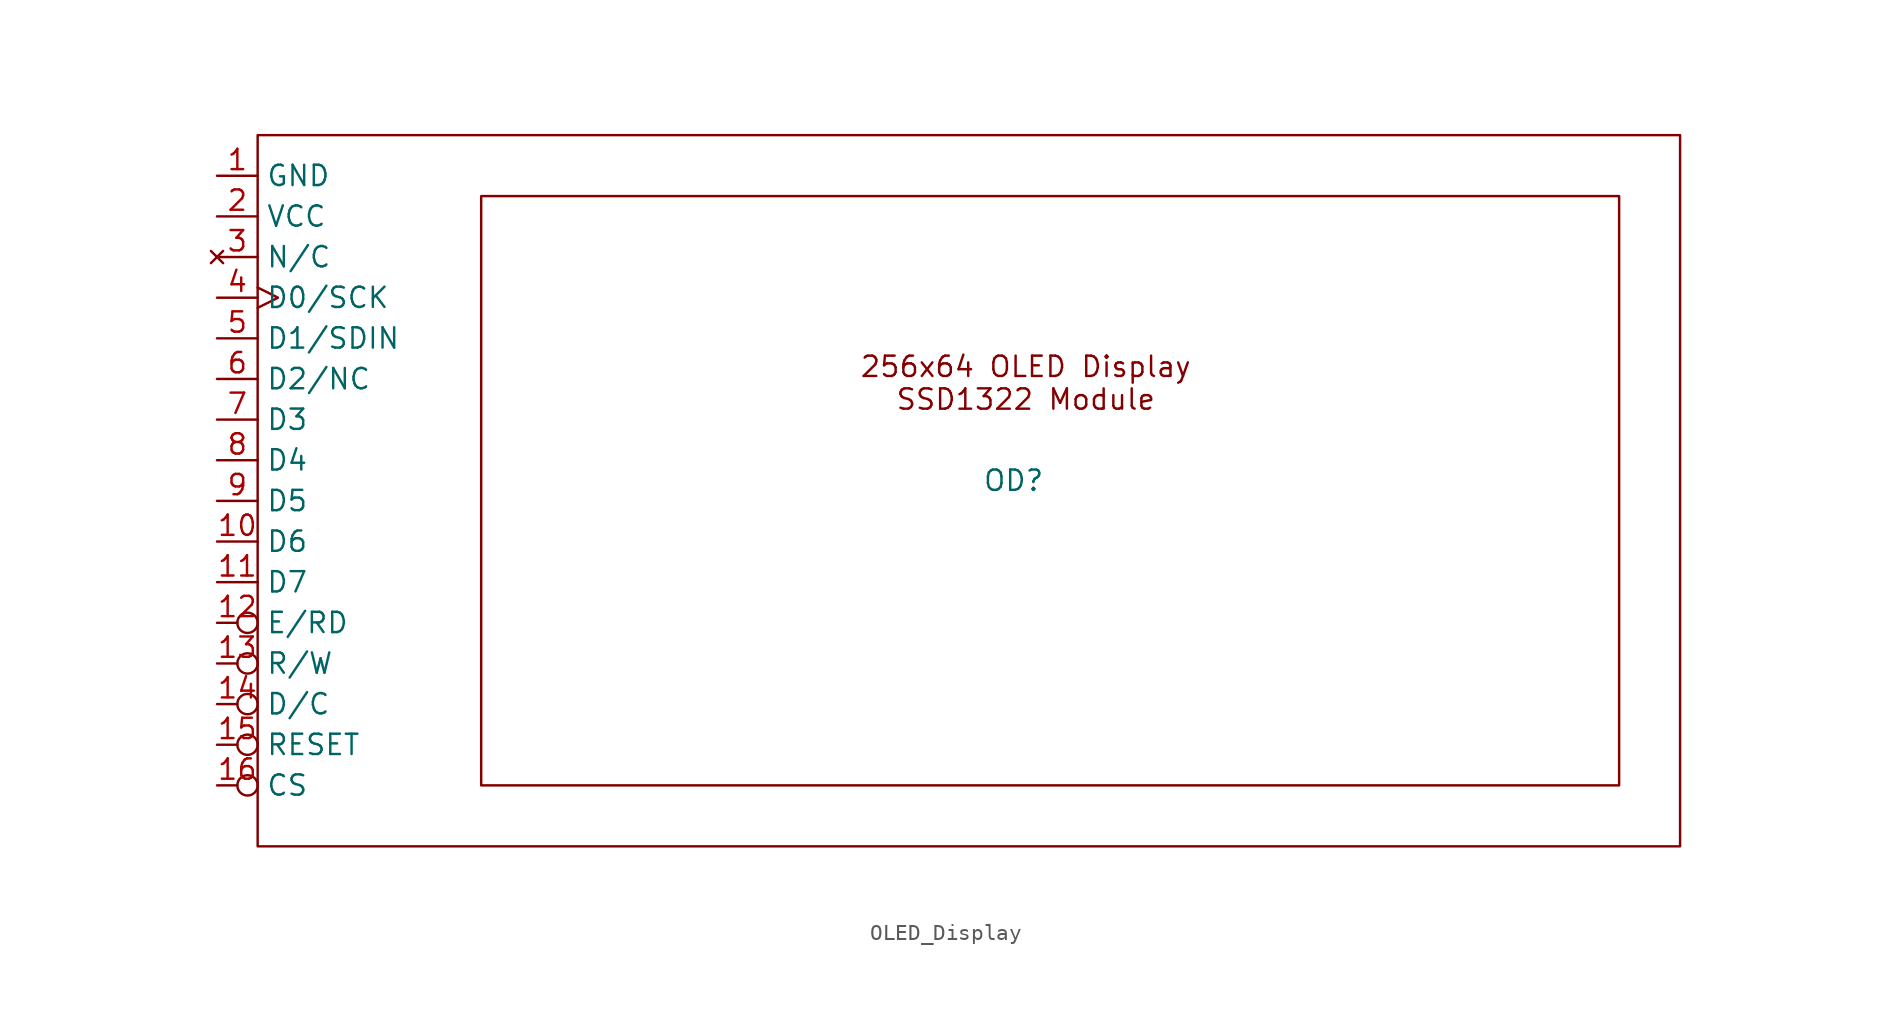
<source format=kicad_sym>
(kicad_symbol_lib
  (version 20231120)
  (generator "kicad_symbol_editor")
  (generator_version "8.0")
  (symbol "OLED_Display"
    (property "Reference" "OD"
      (at -1.016 0 0)
      (effects (font (size 1.27 1.27))))
    (property "Value" ""
      (at -12.7 1.27 0)
      (effects (font (size 1.27 1.27))))
    (symbol "OLED_Display_0_1"
      (rectangle (start -48.26 21.59) (end 40.64 -22.86) (stroke (width 0) (type default)) (fill (type none)))
      (rectangle (start -34.29 17.78) (end 36.83 -19.05) (stroke (width 0) (type default)) (fill (type none))))
    (symbol "OLED_Display_1_1"
      (text "256x64 OLED Display\nSSD1322 Module" (at -0.254 6.096 0) (effects (font (size 1.27 1.27))))
      (pin power_in line (at -50.8 19.05 0) (length 2.54) (name "GND" (effects (font (size 1.27 1.27)))) (number "1" (effects (font (size 1.27 1.27)))))
      (pin input line (at -50.8 -3.81 0) (length 2.54) (name "D6" (effects (font (size 1.27 1.27)))) (number "10" (effects (font (size 1.27 1.27)))))
      (pin input line (at -50.8 -6.35 0) (length 2.54) (name "D7" (effects (font (size 1.27 1.27)))) (number "11" (effects (font (size 1.27 1.27)))))
      (pin input inverted (at -50.8 -8.89 0) (length 2.54) (name "E/RD" (effects (font (size 1.27 1.27)))) (number "12" (effects (font (size 1.27 1.27)))))
      (pin input inverted (at -50.8 -11.43 0) (length 2.54) (name "R/W" (effects (font (size 1.27 1.27)))) (number "13" (effects (font (size 1.27 1.27)))))
      (pin input inverted (at -50.8 -13.97 0) (length 2.54) (name "D/C" (effects (font (size 1.27 1.27)))) (number "14" (effects (font (size 1.27 1.27)))))
      (pin input inverted (at -50.8 -16.51 0) (length 2.54) (name "RESET" (effects (font (size 1.27 1.27)))) (number "15" (effects (font (size 1.27 1.27)))))
      (pin input inverted (at -50.8 -19.05 0) (length 2.54) (name "CS" (effects (font (size 1.27 1.27)))) (number "16" (effects (font (size 1.27 1.27)))))
      (pin power_in line (at -50.8 16.51 0) (length 2.54) (name "VCC" (effects (font (size 1.27 1.27)))) (number "2" (effects (font (size 1.27 1.27)))))
      (pin no_connect line (at -50.8 13.97 0) (length 2.54) (name "N/C" (effects (font (size 1.27 1.27)))) (number "3" (effects (font (size 1.27 1.27)))))
      (pin input clock (at -50.8 11.43 0) (length 2.54) (name "D0/SCK" (effects (font (size 1.27 1.27)))) (number "4" (effects (font (size 1.27 1.27)))))
      (pin input line (at -50.8 8.89 0) (length 2.54) (name "D1/SDIN" (effects (font (size 1.27 1.27)))) (number "5" (effects (font (size 1.27 1.27)))))
      (pin input line (at -50.8 6.35 0) (length 2.54) (name "D2/NC" (effects (font (size 1.27 1.27)))) (number "6" (effects (font (size 1.27 1.27)))))
      (pin input line (at -50.8 3.81 0) (length 2.54) (name "D3" (effects (font (size 1.27 1.27)))) (number "7" (effects (font (size 1.27 1.27)))))
      (pin input line (at -50.8 1.27 0) (length 2.54) (name "D4" (effects (font (size 1.27 1.27)))) (number "8" (effects (font (size 1.27 1.27)))))
      (pin input line (at -50.8 -1.27 0) (length 2.54) (name "D5" (effects (font (size 1.27 1.27)))) (number "9" (effects (font (size 1.27 1.27))))))))
</source>
